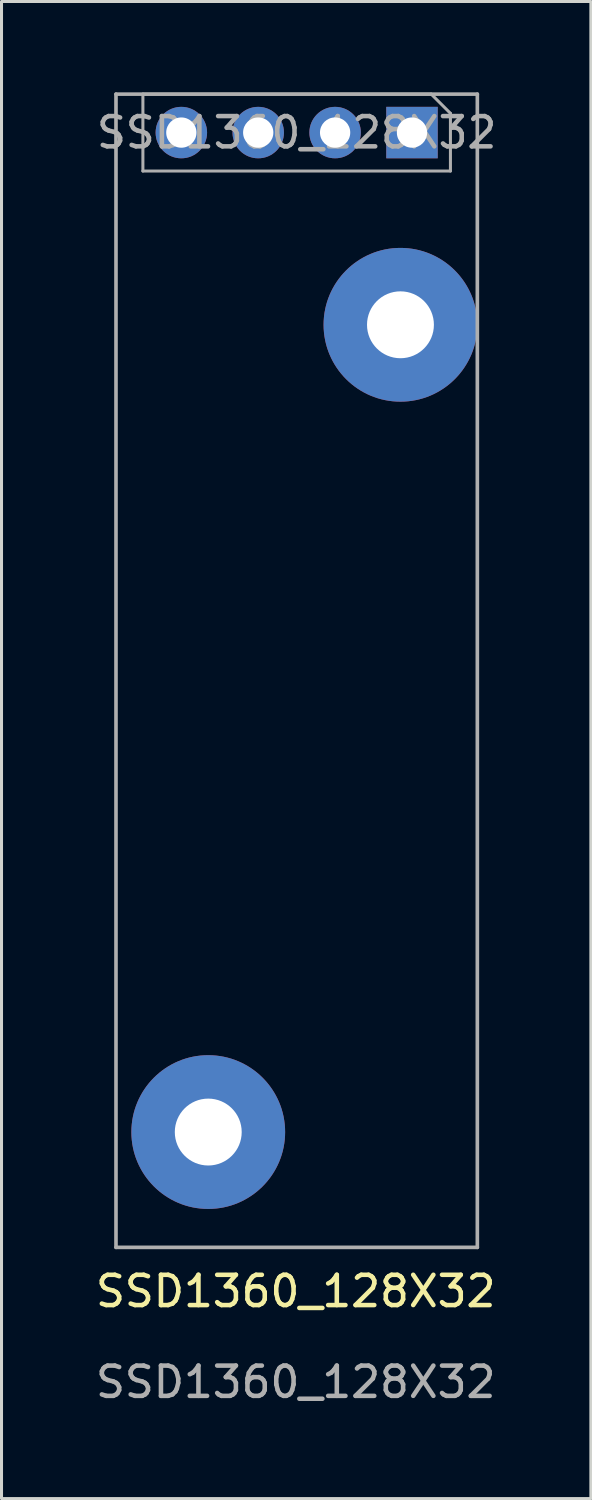
<source format=kicad_pcb>
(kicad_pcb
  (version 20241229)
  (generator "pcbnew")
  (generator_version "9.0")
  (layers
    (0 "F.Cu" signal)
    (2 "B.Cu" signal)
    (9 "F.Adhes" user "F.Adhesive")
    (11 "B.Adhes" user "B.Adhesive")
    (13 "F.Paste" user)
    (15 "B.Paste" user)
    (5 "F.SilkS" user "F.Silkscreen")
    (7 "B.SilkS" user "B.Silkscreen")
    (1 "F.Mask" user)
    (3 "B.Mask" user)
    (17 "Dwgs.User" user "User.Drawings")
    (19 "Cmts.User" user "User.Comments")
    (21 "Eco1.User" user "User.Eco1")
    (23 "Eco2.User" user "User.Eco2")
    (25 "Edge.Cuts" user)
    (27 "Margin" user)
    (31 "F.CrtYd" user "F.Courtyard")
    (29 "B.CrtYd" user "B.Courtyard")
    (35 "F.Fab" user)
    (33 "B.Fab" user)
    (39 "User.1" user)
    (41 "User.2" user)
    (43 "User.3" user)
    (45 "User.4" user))
  (footprint "SSD1360_128X32"
    (layer "F.Cu")
    (at 6.72 40.11)
    (property "Reference" "SSD1360_128X32" (at 0 -0.5 0) (unlocked yes) (layer "F.SilkS") (effects (font (size 1 1) (thickness 0.15))))
    (attr through_hole)
    (fp_line (start -5.938 -40.05) (end -5.938 -1.95) (stroke (width 0.12) (type solid)) (layer "F.Fab"))
    (fp_line (start -5.049 -40.05) (end 4.476 -40.05) (stroke (width 0.1) (type solid)) (layer "F.Fab"))
    (fp_line (start -5.049 -37.51) (end -5.049 -40.05) (stroke (width 0.1) (type solid)) (layer "F.Fab"))
    (fp_line (start 4.476 -40.05) (end 5.111 -39.415) (stroke (width 0.1) (type solid)) (layer "F.Fab"))
    (fp_line (start 5.111 -39.415) (end 5.111 -37.51) (stroke (width 0.1) (type solid)) (layer "F.Fab"))
    (fp_line (start 5.111 -37.51) (end -5.049 -37.51) (stroke (width 0.1) (type solid)) (layer "F.Fab"))
    (fp_line (start 6 -40.05) (end -5.938 -40.05) (stroke (width 0.12) (type solid)) (layer "F.Fab"))
    (fp_line (start 6 -40.05) (end 6 -1.95) (stroke (width 0.12) (type solid)) (layer "F.Fab"))
    (fp_line (start 6 -1.95) (end -5.938 -1.95) (stroke (width 0.12) (type solid)) (layer "F.Fab"))
    (fp_text user "${REFERENCE}" (at 0.031 -38.78 0) (layer "F.Fab") (effects (font (size 1 1) (thickness 0.15))))
    (fp_text user "${REFERENCE}" (at 0 2.5 0) (unlocked yes) (layer "F.Fab") (effects (font (size 1 1) (thickness 0.15))))
    (pad "1" thru_hole rect (at 3.841 -38.78 270) (size 1.7 1.7) (drill 1) (layers "*.Cu" "*.Mask"))
    (pad "2" thru_hole oval (at 1.301 -38.78 270) (size 1.7 1.7) (drill 1) (layers "*.Cu" "*.Mask"))
    (pad "3" thru_hole oval (at -1.239 -38.78 270) (size 1.7 1.7) (drill 1) (layers "*.Cu" "*.Mask"))
    (pad "4" thru_hole oval (at -3.779 -38.78 270) (size 1.7 1.7) (drill 1) (layers "*.Cu" "*.Mask"))
    (pad "5" thru_hole circle (at 3.46 -32.43 270) (size 5.08 5.08) (drill 2.21) (layers "*.Cu" "*.Mask"))
    (pad "6" thru_hole circle (at -2.89 -5.76 270) (size 5.08 5.08) (drill 2.21) (layers "*.Cu" "*.Mask")))
  (gr_rect
    (start -3 -3)
    (end 16.471 46.458)
    (stroke (width 0.1) (type default))
    (fill no)
    (layer "Edge.Cuts")))
</source>
